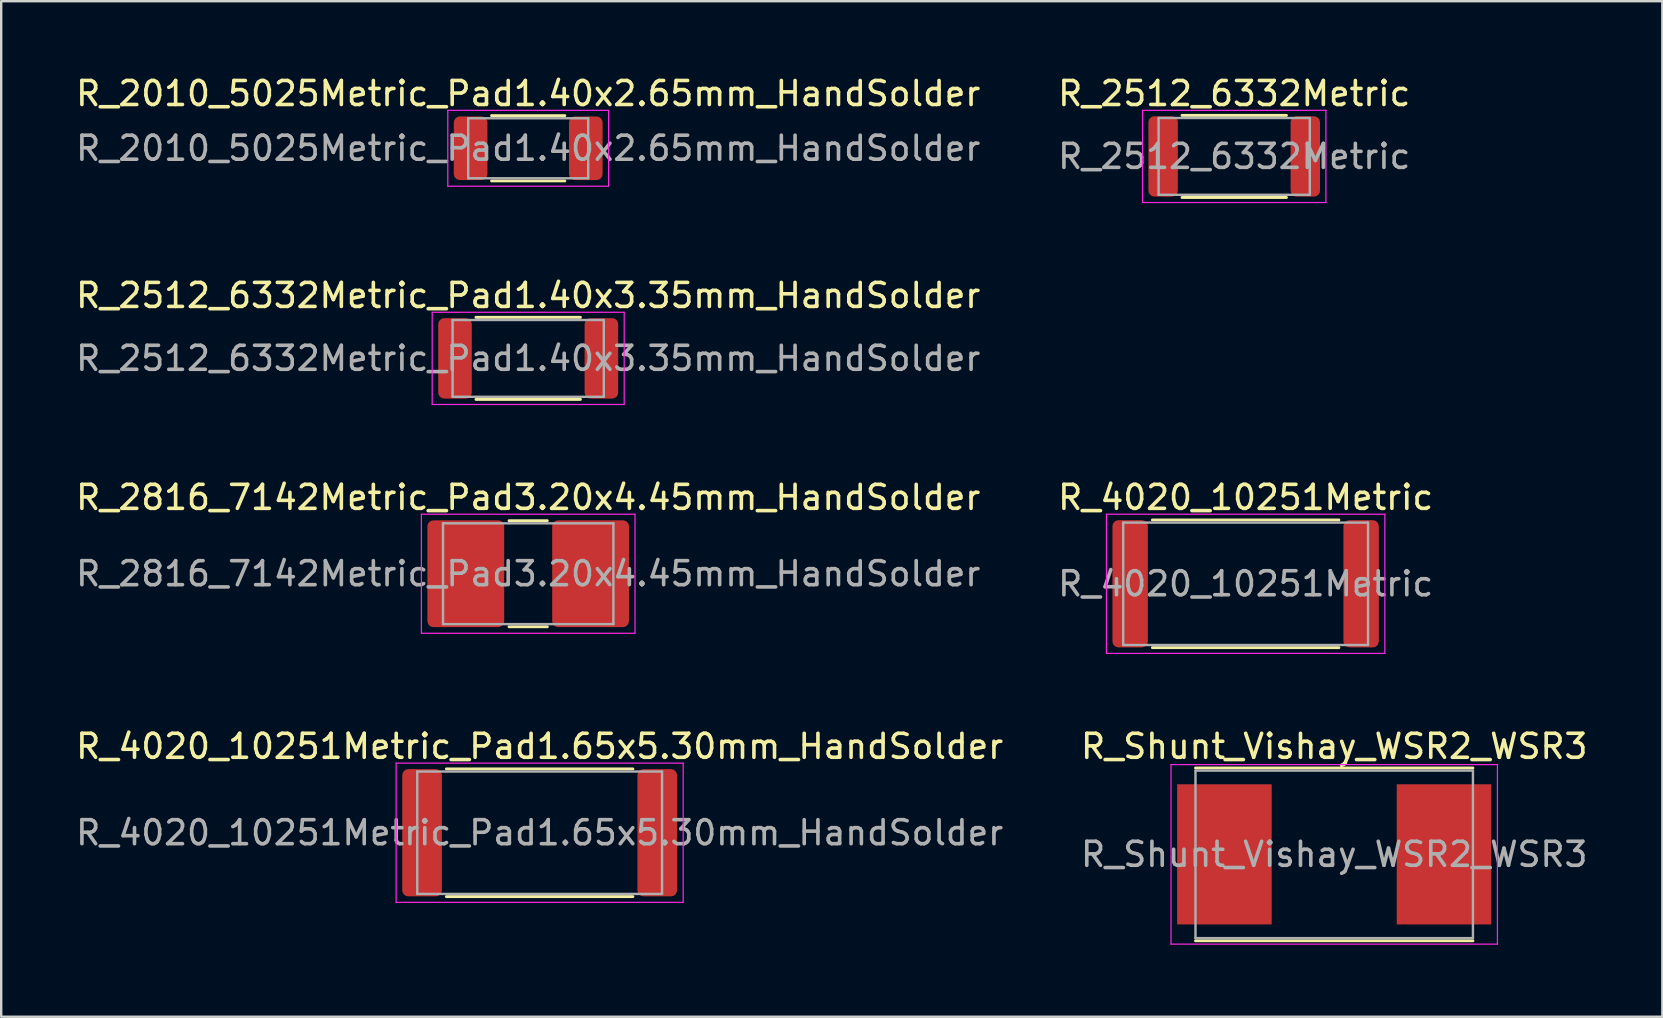
<source format=kicad_pcb>
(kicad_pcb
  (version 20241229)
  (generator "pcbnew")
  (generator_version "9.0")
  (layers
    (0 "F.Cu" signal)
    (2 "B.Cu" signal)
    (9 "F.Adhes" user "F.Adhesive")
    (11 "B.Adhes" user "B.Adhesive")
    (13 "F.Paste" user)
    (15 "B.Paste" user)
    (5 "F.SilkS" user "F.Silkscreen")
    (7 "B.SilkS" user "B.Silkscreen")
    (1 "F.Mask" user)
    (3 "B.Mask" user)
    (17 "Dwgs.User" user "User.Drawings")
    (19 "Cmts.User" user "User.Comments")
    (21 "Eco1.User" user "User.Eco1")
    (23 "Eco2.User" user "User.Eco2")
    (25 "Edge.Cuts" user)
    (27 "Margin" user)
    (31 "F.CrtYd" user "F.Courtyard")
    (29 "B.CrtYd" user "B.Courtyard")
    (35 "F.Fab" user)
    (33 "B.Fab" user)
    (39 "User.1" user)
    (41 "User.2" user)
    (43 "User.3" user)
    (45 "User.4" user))
  (footprint "R_2512_6332Metric"
    (layer "F.Cu")
    (at 48.375 3.468)
    (property "Reference" "R_2512_6332Metric" (at 0 -2.62 0) (layer "F.SilkS") (effects (font (size 1 1) (thickness 0.15))))
    (attr smd)
    (fp_line (start -2.177 -1.71) (end 2.177 -1.71) (stroke (width 0.12) (type solid)) (layer "F.SilkS"))
    (fp_line (start -2.177 1.71) (end 2.177 1.71) (stroke (width 0.12) (type solid)) (layer "F.SilkS"))
    (fp_line (start -3.82 -1.92) (end 3.82 -1.92) (stroke (width 0.05) (type solid)) (layer "F.CrtYd"))
    (fp_line (start -3.82 1.92) (end -3.82 -1.92) (stroke (width 0.05) (type solid)) (layer "F.CrtYd"))
    (fp_line (start 3.82 -1.92) (end 3.82 1.92) (stroke (width 0.05) (type solid)) (layer "F.CrtYd"))
    (fp_line (start 3.82 1.92) (end -3.82 1.92) (stroke (width 0.05) (type solid)) (layer "F.CrtYd"))
    (fp_line (start -3.15 -1.6) (end 3.15 -1.6) (stroke (width 0.1) (type solid)) (layer "F.Fab"))
    (fp_line (start -3.15 1.6) (end -3.15 -1.6) (stroke (width 0.1) (type solid)) (layer "F.Fab"))
    (fp_line (start 3.15 -1.6) (end 3.15 1.6) (stroke (width 0.1) (type solid)) (layer "F.Fab"))
    (fp_line (start 3.15 1.6) (end -3.15 1.6) (stroke (width 0.1) (type solid)) (layer "F.Fab"))
    (fp_text user "${REFERENCE}" (at 0 0 0) (layer "F.Fab") (effects (font (size 1 1) (thickness 0.15))))
    (pad "1" smd roundrect (at -2.962 0) (size 1.225 3.35) (layers "F.Cu" "F.Mask" "F.Paste") (roundrect_rratio 0.204))
    (pad "2" smd roundrect (at 2.962 0) (size 1.225 3.35) (layers "F.Cu" "F.Mask" "F.Paste") (roundrect_rratio 0.204)))
  (footprint "R_4020_10251Metric_Pad1.65x5.30mm_HandSolder"
    (layer "F.Cu")
    (at 19.435 31.648)
    (property "Reference" "R_4020_10251Metric_Pad1.65x5.30mm_HandSolder" (at 0 -3.6 0) (layer "F.SilkS") (effects (font (size 1 1) (thickness 0.15))))
    (attr smd)
    (fp_line (start -3.886 -2.66) (end 3.886 -2.66) (stroke (width 0.12) (type solid)) (layer "F.SilkS"))
    (fp_line (start -3.886 2.66) (end 3.886 2.66) (stroke (width 0.12) (type solid)) (layer "F.SilkS"))
    (fp_line (start -5.98 -2.9) (end 5.98 -2.9) (stroke (width 0.05) (type solid)) (layer "F.CrtYd"))
    (fp_line (start -5.98 2.9) (end -5.98 -2.9) (stroke (width 0.05) (type solid)) (layer "F.CrtYd"))
    (fp_line (start 5.98 -2.9) (end 5.98 2.9) (stroke (width 0.05) (type solid)) (layer "F.CrtYd"))
    (fp_line (start 5.98 2.9) (end -5.98 2.9) (stroke (width 0.05) (type solid)) (layer "F.CrtYd"))
    (fp_line (start -5.1 -2.55) (end 5.1 -2.55) (stroke (width 0.1) (type solid)) (layer "F.Fab"))
    (fp_line (start -5.1 2.55) (end -5.1 -2.55) (stroke (width 0.1) (type solid)) (layer "F.Fab"))
    (fp_line (start 5.1 -2.55) (end 5.1 2.55) (stroke (width 0.1) (type solid)) (layer "F.Fab"))
    (fp_line (start 5.1 2.55) (end -5.1 2.55) (stroke (width 0.1) (type solid)) (layer "F.Fab"))
    (fp_text user "${REFERENCE}" (at 0 0 0) (layer "F.Fab") (effects (font (size 1 1) (thickness 0.15))))
    (pad "1" smd roundrect (at -4.9 0) (size 1.65 5.3) (layers "F.Cu" "F.Mask" "F.Paste") (roundrect_rratio 0.152))
    (pad "2" smd roundrect (at 4.9 0) (size 1.65 5.3) (layers "F.Cu" "F.Mask" "F.Paste") (roundrect_rratio 0.152)))
  (footprint "R_2816_7142Metric_Pad3.20x4.45mm_HandSolder"
    (layer "F.Cu")
    (at 18.958 20.855)
    (property "Reference" "R_2816_7142Metric_Pad3.20x4.45mm_HandSolder" (at 0 -3.18 0) (layer "F.SilkS") (effects (font (size 1 1) (thickness 0.15))))
    (attr smd)
    (fp_line (start -0.797 -2.21) (end 0.797 -2.21) (stroke (width 0.12) (type solid)) (layer "F.SilkS"))
    (fp_line (start -0.797 2.21) (end 0.797 2.21) (stroke (width 0.12) (type solid)) (layer "F.SilkS"))
    (fp_line (start -4.45 -2.48) (end 4.45 -2.48) (stroke (width 0.05) (type solid)) (layer "F.CrtYd"))
    (fp_line (start -4.45 2.48) (end -4.45 -2.48) (stroke (width 0.05) (type solid)) (layer "F.CrtYd"))
    (fp_line (start 4.45 -2.48) (end 4.45 2.48) (stroke (width 0.05) (type solid)) (layer "F.CrtYd"))
    (fp_line (start 4.45 2.48) (end -4.45 2.48) (stroke (width 0.05) (type solid)) (layer "F.CrtYd"))
    (fp_line (start -3.55 -2.1) (end 3.55 -2.1) (stroke (width 0.1) (type solid)) (layer "F.Fab"))
    (fp_line (start -3.55 2.1) (end -3.55 -2.1) (stroke (width 0.1) (type solid)) (layer "F.Fab"))
    (fp_line (start 3.55 -2.1) (end 3.55 2.1) (stroke (width 0.1) (type solid)) (layer "F.Fab"))
    (fp_line (start 3.55 2.1) (end -3.55 2.1) (stroke (width 0.1) (type solid)) (layer "F.Fab"))
    (fp_text user "${REFERENCE}" (at 0 0 0) (layer "F.Fab") (effects (font (size 1 1) (thickness 0.15))))
    (pad "1" smd roundrect (at -2.6 0) (size 3.2 4.45) (layers "F.Cu" "F.Mask" "F.Paste") (roundrect_rratio 0.078))
    (pad "2" smd roundrect (at 2.6 0) (size 3.2 4.45) (layers "F.Cu" "F.Mask" "F.Paste") (roundrect_rratio 0.078)))
  (footprint "R_2010_5025Metric_Pad1.40x2.65mm_HandSolder"
    (layer "F.Cu")
    (at 18.958 3.128)
    (property "Reference" "R_2010_5025Metric_Pad1.40x2.65mm_HandSolder" (at 0 -2.28 0) (layer "F.SilkS") (effects (font (size 1 1) (thickness 0.15))))
    (attr smd)
    (fp_line (start -1.527 -1.36) (end 1.527 -1.36) (stroke (width 0.12) (type solid)) (layer "F.SilkS"))
    (fp_line (start -1.527 1.36) (end 1.527 1.36) (stroke (width 0.12) (type solid)) (layer "F.SilkS"))
    (fp_line (start -3.35 -1.58) (end 3.35 -1.58) (stroke (width 0.05) (type solid)) (layer "F.CrtYd"))
    (fp_line (start -3.35 1.58) (end -3.35 -1.58) (stroke (width 0.05) (type solid)) (layer "F.CrtYd"))
    (fp_line (start 3.35 -1.58) (end 3.35 1.58) (stroke (width 0.05) (type solid)) (layer "F.CrtYd"))
    (fp_line (start 3.35 1.58) (end -3.35 1.58) (stroke (width 0.05) (type solid)) (layer "F.CrtYd"))
    (fp_line (start -2.5 -1.25) (end 2.5 -1.25) (stroke (width 0.1) (type solid)) (layer "F.Fab"))
    (fp_line (start -2.5 1.25) (end -2.5 -1.25) (stroke (width 0.1) (type solid)) (layer "F.Fab"))
    (fp_line (start 2.5 -1.25) (end 2.5 1.25) (stroke (width 0.1) (type solid)) (layer "F.Fab"))
    (fp_line (start 2.5 1.25) (end -2.5 1.25) (stroke (width 0.1) (type solid)) (layer "F.Fab"))
    (fp_text user "${REFERENCE}" (at 0 0 0) (layer "F.Fab") (effects (font (size 1 1) (thickness 0.15))))
    (pad "1" smd roundrect (at -2.4 0) (size 1.4 2.65) (layers "F.Cu" "F.Mask" "F.Paste") (roundrect_rratio 0.179))
    (pad "2" smd roundrect (at 2.4 0) (size 1.4 2.65) (layers "F.Cu" "F.Mask" "F.Paste") (roundrect_rratio 0.179)))
  (footprint "R_Shunt_Vishay_WSR2_WSR3"
    (layer "F.Cu")
    (at 52.542 32.548)
    (property "Reference" "R_Shunt_Vishay_WSR2_WSR3" (at 0 -4.5 0) (layer "F.SilkS") (effects (font (size 1 1) (thickness 0.15))))
    (attr smd)
    (fp_line (start -5.78 -3.6) (end 5.78 -3.6) (stroke (width 0.12) (type solid)) (layer "F.SilkS"))
    (fp_line (start -5.78 3.6) (end 5.78 3.6) (stroke (width 0.12) (type solid)) (layer "F.SilkS"))
    (fp_line (start -6.8 -3.74) (end -6.8 3.74) (stroke (width 0.05) (type solid)) (layer "F.CrtYd"))
    (fp_line (start -6.8 -3.74) (end 6.8 -3.74) (stroke (width 0.05) (type solid)) (layer "F.CrtYd"))
    (fp_line (start -6.8 3.74) (end 6.8 3.74) (stroke (width 0.05) (type solid)) (layer "F.CrtYd"))
    (fp_line (start 6.8 -3.74) (end 6.8 3.74) (stroke (width 0.05) (type solid)) (layer "F.CrtYd"))
    (fp_line (start -5.78 -3.49) (end -5.78 3.49) (stroke (width 0.1) (type solid)) (layer "F.Fab"))
    (fp_line (start -5.78 -3.49) (end 5.78 -3.49) (stroke (width 0.1) (type solid)) (layer "F.Fab"))
    (fp_line (start -5.78 3.49) (end 5.78 3.49) (stroke (width 0.1) (type solid)) (layer "F.Fab"))
    (fp_line (start 5.78 -3.49) (end 5.78 3.49) (stroke (width 0.1) (type solid)) (layer "F.Fab"))
    (fp_text user "${REFERENCE}" (at 0 0 0) (layer "F.Fab") (effects (font (size 1 1) (thickness 0.15))))
    (pad "1" smd rect (at -4.575 0) (size 3.94 5.84) (layers "F.Cu" "F.Mask" "F.Paste"))
    (pad "2" smd rect (at 4.575 0) (size 3.94 5.84) (layers "F.Cu" "F.Mask" "F.Paste")))
  (footprint "R_2512_6332Metric_Pad1.40x3.35mm_HandSolder"
    (layer "F.Cu")
    (at 18.958 11.882)
    (property "Reference" "R_2512_6332Metric_Pad1.40x3.35mm_HandSolder" (at 0 -2.62 0) (layer "F.SilkS") (effects (font (size 1 1) (thickness 0.15))))
    (attr smd)
    (fp_line (start -2.177 -1.71) (end 2.177 -1.71) (stroke (width 0.12) (type solid)) (layer "F.SilkS"))
    (fp_line (start -2.177 1.71) (end 2.177 1.71) (stroke (width 0.12) (type solid)) (layer "F.SilkS"))
    (fp_line (start -4 -1.92) (end 4 -1.92) (stroke (width 0.05) (type solid)) (layer "F.CrtYd"))
    (fp_line (start -4 1.92) (end -4 -1.92) (stroke (width 0.05) (type solid)) (layer "F.CrtYd"))
    (fp_line (start 4 -1.92) (end 4 1.92) (stroke (width 0.05) (type solid)) (layer "F.CrtYd"))
    (fp_line (start 4 1.92) (end -4 1.92) (stroke (width 0.05) (type solid)) (layer "F.CrtYd"))
    (fp_line (start -3.15 -1.6) (end 3.15 -1.6) (stroke (width 0.1) (type solid)) (layer "F.Fab"))
    (fp_line (start -3.15 1.6) (end -3.15 -1.6) (stroke (width 0.1) (type solid)) (layer "F.Fab"))
    (fp_line (start 3.15 -1.6) (end 3.15 1.6) (stroke (width 0.1) (type solid)) (layer "F.Fab"))
    (fp_line (start 3.15 1.6) (end -3.15 1.6) (stroke (width 0.1) (type solid)) (layer "F.Fab"))
    (fp_text user "${REFERENCE}" (at 0 0 0) (layer "F.Fab") (effects (font (size 1 1) (thickness 0.15))))
    (pad "1" smd roundrect (at -3.05 0) (size 1.4 3.35) (layers "F.Cu" "F.Mask" "F.Paste") (roundrect_rratio 0.179))
    (pad "2" smd roundrect (at 3.05 0) (size 1.4 3.35) (layers "F.Cu" "F.Mask" "F.Paste") (roundrect_rratio 0.179)))
  (footprint "R_4020_10251Metric"
    (layer "F.Cu")
    (at 48.851 21.275)
    (property "Reference" "R_4020_10251Metric" (at 0 -3.6 0) (layer "F.SilkS") (effects (font (size 1 1) (thickness 0.15))))
    (attr smd)
    (fp_line (start -3.886 -2.66) (end 3.886 -2.66) (stroke (width 0.12) (type solid)) (layer "F.SilkS"))
    (fp_line (start -3.886 2.66) (end 3.886 2.66) (stroke (width 0.12) (type solid)) (layer "F.SilkS"))
    (fp_line (start -5.8 -2.9) (end 5.8 -2.9) (stroke (width 0.05) (type solid)) (layer "F.CrtYd"))
    (fp_line (start -5.8 2.9) (end -5.8 -2.9) (stroke (width 0.05) (type solid)) (layer "F.CrtYd"))
    (fp_line (start 5.8 -2.9) (end 5.8 2.9) (stroke (width 0.05) (type solid)) (layer "F.CrtYd"))
    (fp_line (start 5.8 2.9) (end -5.8 2.9) (stroke (width 0.05) (type solid)) (layer "F.CrtYd"))
    (fp_line (start -5.1 -2.55) (end 5.1 -2.55) (stroke (width 0.1) (type solid)) (layer "F.Fab"))
    (fp_line (start -5.1 2.55) (end -5.1 -2.55) (stroke (width 0.1) (type solid)) (layer "F.Fab"))
    (fp_line (start 5.1 -2.55) (end 5.1 2.55) (stroke (width 0.1) (type solid)) (layer "F.Fab"))
    (fp_line (start 5.1 2.55) (end -5.1 2.55) (stroke (width 0.1) (type solid)) (layer "F.Fab"))
    (fp_text user "${REFERENCE}" (at 0 0 0) (layer "F.Fab") (effects (font (size 1 1) (thickness 0.15))))
    (pad "1" smd roundrect (at -4.812 0) (size 1.475 5.3) (layers "F.Cu" "F.Mask" "F.Paste") (roundrect_rratio 0.169))
    (pad "2" smd roundrect (at 4.812 0) (size 1.475 5.3) (layers "F.Cu" "F.Mask" "F.Paste") (roundrect_rratio 0.169)))
  (gr_rect
    (start -3 -3)
    (end 66.214 39.313)
    (stroke (width 0.1) (type default))
    (fill no)
    (layer "Edge.Cuts")))
</source>
